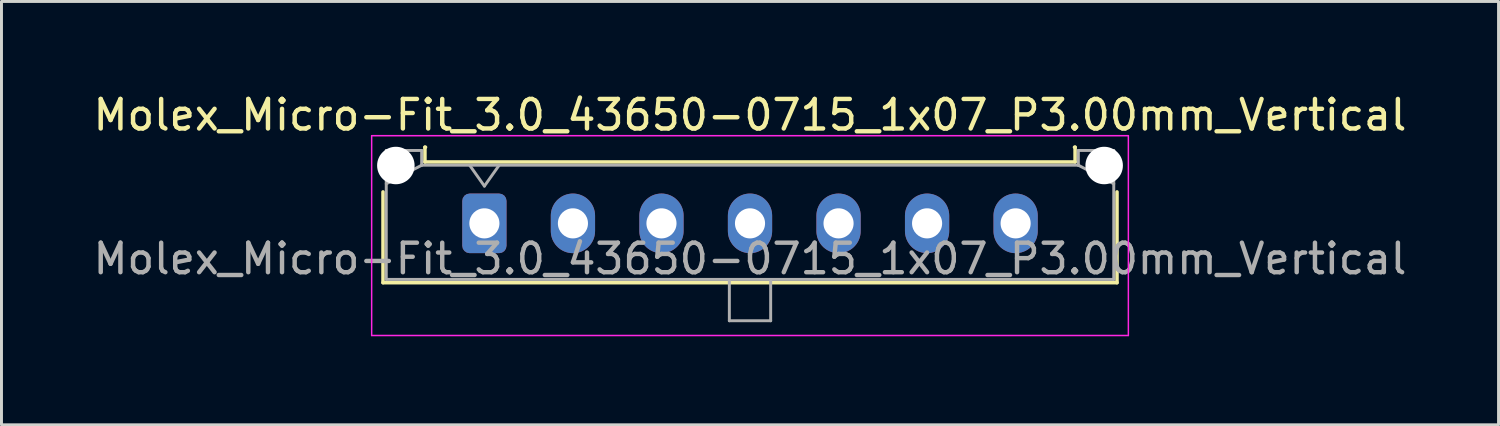
<source format=kicad_pcb>
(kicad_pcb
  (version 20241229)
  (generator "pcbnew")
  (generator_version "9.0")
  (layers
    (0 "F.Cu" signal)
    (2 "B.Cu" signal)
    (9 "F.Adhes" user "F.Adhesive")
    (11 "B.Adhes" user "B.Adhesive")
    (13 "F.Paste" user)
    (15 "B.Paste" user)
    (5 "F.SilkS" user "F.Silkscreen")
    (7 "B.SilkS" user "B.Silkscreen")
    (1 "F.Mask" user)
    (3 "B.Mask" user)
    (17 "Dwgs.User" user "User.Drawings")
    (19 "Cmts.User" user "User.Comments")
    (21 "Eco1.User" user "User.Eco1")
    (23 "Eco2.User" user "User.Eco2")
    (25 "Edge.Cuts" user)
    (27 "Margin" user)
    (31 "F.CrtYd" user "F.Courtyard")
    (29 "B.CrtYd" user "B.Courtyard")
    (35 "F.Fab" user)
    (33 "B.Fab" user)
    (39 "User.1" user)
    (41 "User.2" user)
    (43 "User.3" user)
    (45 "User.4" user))
  (footprint "Molex_Micro-Fit_3.0_43650-0715_1x07_P3.00mm_Vertical"
    (layer "F.Cu")
    (at 13.363 4.518)
    (property "Reference" "Molex_Micro-Fit_3.0_43650-0715_1x07_P3.00mm_Vertical" (at 9 -3.67 0) (layer "F.SilkS") (effects (font (size 1 1) (thickness 0.15))))
    (attr through_hole)
    (fp_line (start -3.435 -1.065) (end -3.435 2.01) (stroke (width 0.12) (type solid)) (layer "F.SilkS"))
    (fp_line (start -3.435 2.01) (end 21.435 2.01) (stroke (width 0.12) (type solid)) (layer "F.SilkS"))
    (fp_line (start -2.015 -2.58) (end -2.015 -2.08) (stroke (width 0.12) (type solid)) (layer "F.SilkS"))
    (fp_line (start -2.015 -2.08) (end 20.015 -2.08) (stroke (width 0.12) (type solid)) (layer "F.SilkS"))
    (fp_line (start -1.995 -2.58) (end -2.015 -2.58) (stroke (width 0.12) (type solid)) (layer "F.SilkS"))
    (fp_line (start 20.015 -2.58) (end 19.995 -2.58) (stroke (width 0.12) (type solid)) (layer "F.SilkS"))
    (fp_line (start 20.015 -2.08) (end 20.015 -2.58) (stroke (width 0.12) (type solid)) (layer "F.SilkS"))
    (fp_line (start 21.435 2.01) (end 21.435 -1.065) (stroke (width 0.12) (type solid)) (layer "F.SilkS"))
    (fp_line (start -3.82 -2.97) (end 21.82 -2.97) (stroke (width 0.05) (type solid)) (layer "F.CrtYd"))
    (fp_line (start -3.82 3.8) (end -3.82 -2.97) (stroke (width 0.05) (type solid)) (layer "F.CrtYd"))
    (fp_line (start 21.82 -2.97) (end 21.82 3.8) (stroke (width 0.05) (type solid)) (layer "F.CrtYd"))
    (fp_line (start 21.82 3.8) (end -3.82 3.8) (stroke (width 0.05) (type solid)) (layer "F.CrtYd"))
    (fp_line (start -3.325 -2.47) (end -3.325 1.9) (stroke (width 0.1) (type solid)) (layer "F.Fab"))
    (fp_line (start -3.325 -1.34) (end -2.125 -1.97) (stroke (width 0.1) (type solid)) (layer "F.Fab"))
    (fp_line (start -3.325 1.9) (end 21.325 1.9) (stroke (width 0.1) (type solid)) (layer "F.Fab"))
    (fp_line (start -2.125 -2.47) (end -3.325 -2.47) (stroke (width 0.1) (type solid)) (layer "F.Fab"))
    (fp_line (start -2.125 -1.97) (end -2.125 -2.47) (stroke (width 0.1) (type solid)) (layer "F.Fab"))
    (fp_line (start -0.5 -1.97) (end 0 -1.263) (stroke (width 0.1) (type solid)) (layer "F.Fab"))
    (fp_line (start 0 -1.263) (end 0.5 -1.97) (stroke (width 0.1) (type solid)) (layer "F.Fab"))
    (fp_line (start 8.3 1.9) (end 8.3 3.3) (stroke (width 0.1) (type solid)) (layer "F.Fab"))
    (fp_line (start 8.3 3.3) (end 9.7 3.3) (stroke (width 0.1) (type solid)) (layer "F.Fab"))
    (fp_line (start 9.7 3.3) (end 9.7 1.9) (stroke (width 0.1) (type solid)) (layer "F.Fab"))
    (fp_line (start 20.125 -2.47) (end 20.125 -1.97) (stroke (width 0.1) (type solid)) (layer "F.Fab"))
    (fp_line (start 20.125 -1.97) (end -2.125 -1.97) (stroke (width 0.1) (type solid)) (layer "F.Fab"))
    (fp_line (start 21.325 -2.47) (end 20.125 -2.47) (stroke (width 0.1) (type solid)) (layer "F.Fab"))
    (fp_line (start 21.325 -1.34) (end 20.125 -1.97) (stroke (width 0.1) (type solid)) (layer "F.Fab"))
    (fp_line (start 21.325 1.9) (end 21.325 -2.47) (stroke (width 0.1) (type solid)) (layer "F.Fab"))
    (fp_text user "${REFERENCE}" (at 9 1.2 0) (layer "F.Fab") (effects (font (size 1 1) (thickness 0.15))))
    (pad "" np_thru_hole circle (at -3 -1.96) (size 1.27 1.27) (drill 1.27) (layers "*.Cu" "*.Mask"))
    (pad "" np_thru_hole circle (at 21 -1.96) (size 1.27 1.27) (drill 1.27) (layers "*.Cu" "*.Mask"))
    (pad "1" thru_hole roundrect (at 0 0) (size 1.5 2.02) (drill 1.02) (layers "*.Cu" "*.Mask") (roundrect_rratio 0.167))
    (pad "2" thru_hole oval (at 3 0) (size 1.5 2.02) (drill 1.02) (layers "*.Cu" "*.Mask"))
    (pad "3" thru_hole oval (at 6 0) (size 1.5 2.02) (drill 1.02) (layers "*.Cu" "*.Mask"))
    (pad "4" thru_hole oval (at 9 0) (size 1.5 2.02) (drill 1.02) (layers "*.Cu" "*.Mask"))
    (pad "5" thru_hole oval (at 12 0) (size 1.5 2.02) (drill 1.02) (layers "*.Cu" "*.Mask"))
    (pad "6" thru_hole oval (at 15 0) (size 1.5 2.02) (drill 1.02) (layers "*.Cu" "*.Mask"))
    (pad "7" thru_hole oval (at 18 0) (size 1.5 2.02) (drill 1.02) (layers "*.Cu" "*.Mask")))
  (gr_rect
    (start -3 -3)
    (end 47.726 11.343)
    (stroke (width 0.1) (type default))
    (fill no)
    (layer "Edge.Cuts")))
</source>
